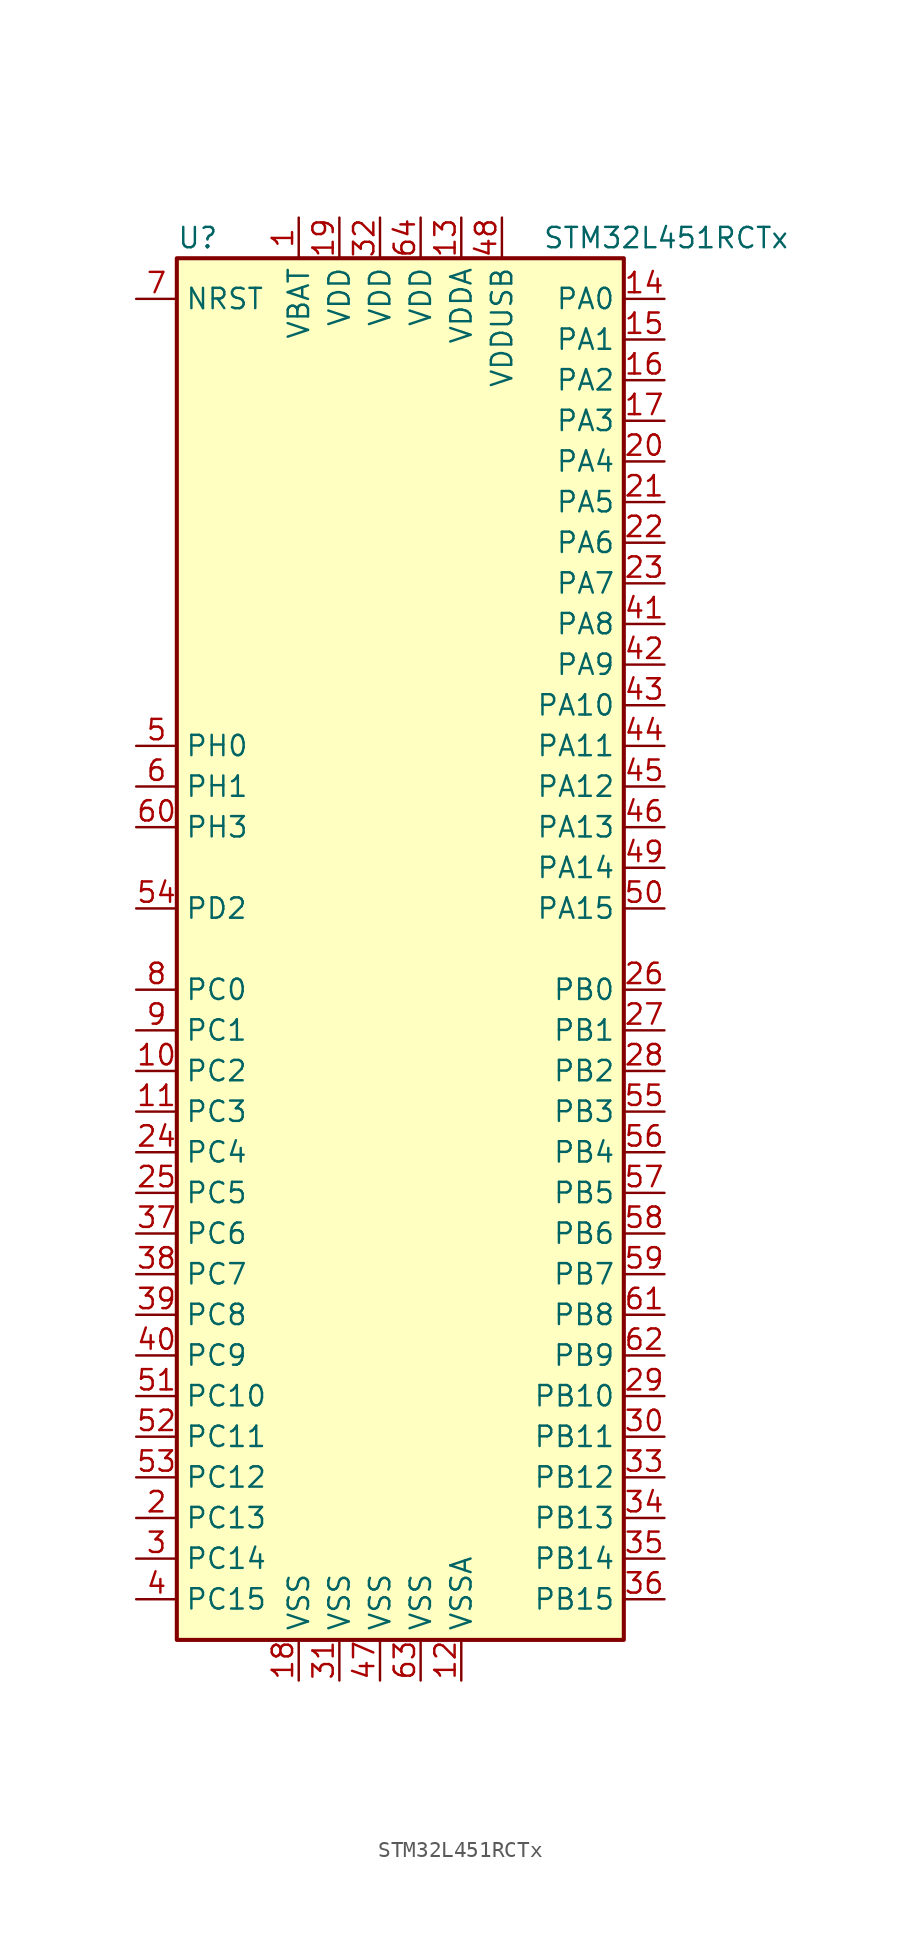
<source format=kicad_sym>
(kicad_symbol_lib
  (version 20211014)
  (generator kicad_symbol_editor)
  (symbol "STM32L451RCTx"
    (property "Reference" "U"
      (at -15.24 44.45 0)
      (effects (font (size 1.27 1.27)) (justify left)))
    (property "Value" "STM32L451RCTx"
      (at 7.62 44.45 0)
      (effects (font (size 1.27 1.27)) (justify left)))
    (symbol "STM32L451RCTx_0_1"
      (rectangle (start -15.24 -43.18) (end 12.7 43.18) (stroke (width 0.254) (type default) (color 0 0 0 0)) (fill (type background))))
    (symbol "STM32L451RCTx_1_1"
      (pin power_in line (at -7.62 45.72 270) (length 2.54) (name "VBAT" (effects (font (size 1.27 1.27)))) (number "1" (effects (font (size 1.27 1.27)))))
      (pin bidirectional line (at -17.78 -7.62 0) (length 2.54) (name "PC2" (effects (font (size 1.27 1.27)))) (number "10" (effects (font (size 1.27 1.27)))))
      (pin bidirectional line (at -17.78 -10.16 0) (length 2.54) (name "PC3" (effects (font (size 1.27 1.27)))) (number "11" (effects (font (size 1.27 1.27)))))
      (pin power_in line (at 2.54 -45.72 90) (length 2.54) (name "VSSA" (effects (font (size 1.27 1.27)))) (number "12" (effects (font (size 1.27 1.27)))))
      (pin power_in line (at 2.54 45.72 270) (length 2.54) (name "VDDA" (effects (font (size 1.27 1.27)))) (number "13" (effects (font (size 1.27 1.27)))))
      (pin bidirectional line (at 15.24 40.64 180) (length 2.54) (name "PA0" (effects (font (size 1.27 1.27)))) (number "14" (effects (font (size 1.27 1.27)))))
      (pin bidirectional line (at 15.24 38.1 180) (length 2.54) (name "PA1" (effects (font (size 1.27 1.27)))) (number "15" (effects (font (size 1.27 1.27)))))
      (pin bidirectional line (at 15.24 35.56 180) (length 2.54) (name "PA2" (effects (font (size 1.27 1.27)))) (number "16" (effects (font (size 1.27 1.27)))))
      (pin bidirectional line (at 15.24 33.02 180) (length 2.54) (name "PA3" (effects (font (size 1.27 1.27)))) (number "17" (effects (font (size 1.27 1.27)))))
      (pin power_in line (at -7.62 -45.72 90) (length 2.54) (name "VSS" (effects (font (size 1.27 1.27)))) (number "18" (effects (font (size 1.27 1.27)))))
      (pin power_in line (at -5.08 45.72 270) (length 2.54) (name "VDD" (effects (font (size 1.27 1.27)))) (number "19" (effects (font (size 1.27 1.27)))))
      (pin bidirectional line (at -17.78 -35.56 0) (length 2.54) (name "PC13" (effects (font (size 1.27 1.27)))) (number "2" (effects (font (size 1.27 1.27)))))
      (pin bidirectional line (at 15.24 30.48 180) (length 2.54) (name "PA4" (effects (font (size 1.27 1.27)))) (number "20" (effects (font (size 1.27 1.27)))))
      (pin bidirectional line (at 15.24 27.94 180) (length 2.54) (name "PA5" (effects (font (size 1.27 1.27)))) (number "21" (effects (font (size 1.27 1.27)))))
      (pin bidirectional line (at 15.24 25.4 180) (length 2.54) (name "PA6" (effects (font (size 1.27 1.27)))) (number "22" (effects (font (size 1.27 1.27)))))
      (pin bidirectional line (at 15.24 22.86 180) (length 2.54) (name "PA7" (effects (font (size 1.27 1.27)))) (number "23" (effects (font (size 1.27 1.27)))))
      (pin bidirectional line (at -17.78 -12.7 0) (length 2.54) (name "PC4" (effects (font (size 1.27 1.27)))) (number "24" (effects (font (size 1.27 1.27)))))
      (pin bidirectional line (at -17.78 -15.24 0) (length 2.54) (name "PC5" (effects (font (size 1.27 1.27)))) (number "25" (effects (font (size 1.27 1.27)))))
      (pin bidirectional line (at 15.24 -2.54 180) (length 2.54) (name "PB0" (effects (font (size 1.27 1.27)))) (number "26" (effects (font (size 1.27 1.27)))))
      (pin bidirectional line (at 15.24 -5.08 180) (length 2.54) (name "PB1" (effects (font (size 1.27 1.27)))) (number "27" (effects (font (size 1.27 1.27)))))
      (pin bidirectional line (at 15.24 -7.62 180) (length 2.54) (name "PB2" (effects (font (size 1.27 1.27)))) (number "28" (effects (font (size 1.27 1.27)))))
      (pin bidirectional line (at 15.24 -27.94 180) (length 2.54) (name "PB10" (effects (font (size 1.27 1.27)))) (number "29" (effects (font (size 1.27 1.27)))))
      (pin bidirectional line (at -17.78 -38.1 0) (length 2.54) (name "PC14" (effects (font (size 1.27 1.27)))) (number "3" (effects (font (size 1.27 1.27)))))
      (pin bidirectional line (at 15.24 -30.48 180) (length 2.54) (name "PB11" (effects (font (size 1.27 1.27)))) (number "30" (effects (font (size 1.27 1.27)))))
      (pin power_in line (at -5.08 -45.72 90) (length 2.54) (name "VSS" (effects (font (size 1.27 1.27)))) (number "31" (effects (font (size 1.27 1.27)))))
      (pin power_in line (at -2.54 45.72 270) (length 2.54) (name "VDD" (effects (font (size 1.27 1.27)))) (number "32" (effects (font (size 1.27 1.27)))))
      (pin bidirectional line (at 15.24 -33.02 180) (length 2.54) (name "PB12" (effects (font (size 1.27 1.27)))) (number "33" (effects (font (size 1.27 1.27)))))
      (pin bidirectional line (at 15.24 -35.56 180) (length 2.54) (name "PB13" (effects (font (size 1.27 1.27)))) (number "34" (effects (font (size 1.27 1.27)))))
      (pin bidirectional line (at 15.24 -38.1 180) (length 2.54) (name "PB14" (effects (font (size 1.27 1.27)))) (number "35" (effects (font (size 1.27 1.27)))))
      (pin bidirectional line (at 15.24 -40.64 180) (length 2.54) (name "PB15" (effects (font (size 1.27 1.27)))) (number "36" (effects (font (size 1.27 1.27)))))
      (pin bidirectional line (at -17.78 -17.78 0) (length 2.54) (name "PC6" (effects (font (size 1.27 1.27)))) (number "37" (effects (font (size 1.27 1.27)))))
      (pin bidirectional line (at -17.78 -20.32 0) (length 2.54) (name "PC7" (effects (font (size 1.27 1.27)))) (number "38" (effects (font (size 1.27 1.27)))))
      (pin bidirectional line (at -17.78 -22.86 0) (length 2.54) (name "PC8" (effects (font (size 1.27 1.27)))) (number "39" (effects (font (size 1.27 1.27)))))
      (pin bidirectional line (at -17.78 -40.64 0) (length 2.54) (name "PC15" (effects (font (size 1.27 1.27)))) (number "4" (effects (font (size 1.27 1.27)))))
      (pin bidirectional line (at -17.78 -25.4 0) (length 2.54) (name "PC9" (effects (font (size 1.27 1.27)))) (number "40" (effects (font (size 1.27 1.27)))))
      (pin bidirectional line (at 15.24 20.32 180) (length 2.54) (name "PA8" (effects (font (size 1.27 1.27)))) (number "41" (effects (font (size 1.27 1.27)))))
      (pin bidirectional line (at 15.24 17.78 180) (length 2.54) (name "PA9" (effects (font (size 1.27 1.27)))) (number "42" (effects (font (size 1.27 1.27)))))
      (pin bidirectional line (at 15.24 15.24 180) (length 2.54) (name "PA10" (effects (font (size 1.27 1.27)))) (number "43" (effects (font (size 1.27 1.27)))))
      (pin bidirectional line (at 15.24 12.7 180) (length 2.54) (name "PA11" (effects (font (size 1.27 1.27)))) (number "44" (effects (font (size 1.27 1.27)))))
      (pin bidirectional line (at 15.24 10.16 180) (length 2.54) (name "PA12" (effects (font (size 1.27 1.27)))) (number "45" (effects (font (size 1.27 1.27)))))
      (pin bidirectional line (at 15.24 7.62 180) (length 2.54) (name "PA13" (effects (font (size 1.27 1.27)))) (number "46" (effects (font (size 1.27 1.27)))))
      (pin power_in line (at -2.54 -45.72 90) (length 2.54) (name "VSS" (effects (font (size 1.27 1.27)))) (number "47" (effects (font (size 1.27 1.27)))))
      (pin power_in line (at 5.08 45.72 270) (length 2.54) (name "VDDUSB" (effects (font (size 1.27 1.27)))) (number "48" (effects (font (size 1.27 1.27)))))
      (pin bidirectional line (at 15.24 5.08 180) (length 2.54) (name "PA14" (effects (font (size 1.27 1.27)))) (number "49" (effects (font (size 1.27 1.27)))))
      (pin input line (at -17.78 12.7 0) (length 2.54) (name "PH0" (effects (font (size 1.27 1.27)))) (number "5" (effects (font (size 1.27 1.27)))))
      (pin bidirectional line (at 15.24 2.54 180) (length 2.54) (name "PA15" (effects (font (size 1.27 1.27)))) (number "50" (effects (font (size 1.27 1.27)))))
      (pin bidirectional line (at -17.78 -27.94 0) (length 2.54) (name "PC10" (effects (font (size 1.27 1.27)))) (number "51" (effects (font (size 1.27 1.27)))))
      (pin bidirectional line (at -17.78 -30.48 0) (length 2.54) (name "PC11" (effects (font (size 1.27 1.27)))) (number "52" (effects (font (size 1.27 1.27)))))
      (pin bidirectional line (at -17.78 -33.02 0) (length 2.54) (name "PC12" (effects (font (size 1.27 1.27)))) (number "53" (effects (font (size 1.27 1.27)))))
      (pin bidirectional line (at -17.78 2.54 0) (length 2.54) (name "PD2" (effects (font (size 1.27 1.27)))) (number "54" (effects (font (size 1.27 1.27)))))
      (pin bidirectional line (at 15.24 -10.16 180) (length 2.54) (name "PB3" (effects (font (size 1.27 1.27)))) (number "55" (effects (font (size 1.27 1.27)))))
      (pin bidirectional line (at 15.24 -12.7 180) (length 2.54) (name "PB4" (effects (font (size 1.27 1.27)))) (number "56" (effects (font (size 1.27 1.27)))))
      (pin bidirectional line (at 15.24 -15.24 180) (length 2.54) (name "PB5" (effects (font (size 1.27 1.27)))) (number "57" (effects (font (size 1.27 1.27)))))
      (pin bidirectional line (at 15.24 -17.78 180) (length 2.54) (name "PB6" (effects (font (size 1.27 1.27)))) (number "58" (effects (font (size 1.27 1.27)))))
      (pin bidirectional line (at 15.24 -20.32 180) (length 2.54) (name "PB7" (effects (font (size 1.27 1.27)))) (number "59" (effects (font (size 1.27 1.27)))))
      (pin input line (at -17.78 10.16 0) (length 2.54) (name "PH1" (effects (font (size 1.27 1.27)))) (number "6" (effects (font (size 1.27 1.27)))))
      (pin bidirectional line (at -17.78 7.62 0) (length 2.54) (name "PH3" (effects (font (size 1.27 1.27)))) (number "60" (effects (font (size 1.27 1.27)))))
      (pin bidirectional line (at 15.24 -22.86 180) (length 2.54) (name "PB8" (effects (font (size 1.27 1.27)))) (number "61" (effects (font (size 1.27 1.27)))))
      (pin bidirectional line (at 15.24 -25.4 180) (length 2.54) (name "PB9" (effects (font (size 1.27 1.27)))) (number "62" (effects (font (size 1.27 1.27)))))
      (pin power_in line (at 0 -45.72 90) (length 2.54) (name "VSS" (effects (font (size 1.27 1.27)))) (number "63" (effects (font (size 1.27 1.27)))))
      (pin power_in line (at 0 45.72 270) (length 2.54) (name "VDD" (effects (font (size 1.27 1.27)))) (number "64" (effects (font (size 1.27 1.27)))))
      (pin input line (at -17.78 40.64 0) (length 2.54) (name "NRST" (effects (font (size 1.27 1.27)))) (number "7" (effects (font (size 1.27 1.27)))))
      (pin bidirectional line (at -17.78 -2.54 0) (length 2.54) (name "PC0" (effects (font (size 1.27 1.27)))) (number "8" (effects (font (size 1.27 1.27)))))
      (pin bidirectional line (at -17.78 -5.08 0) (length 2.54) (name "PC1" (effects (font (size 1.27 1.27)))) (number "9" (effects (font (size 1.27 1.27))))))))
</source>
